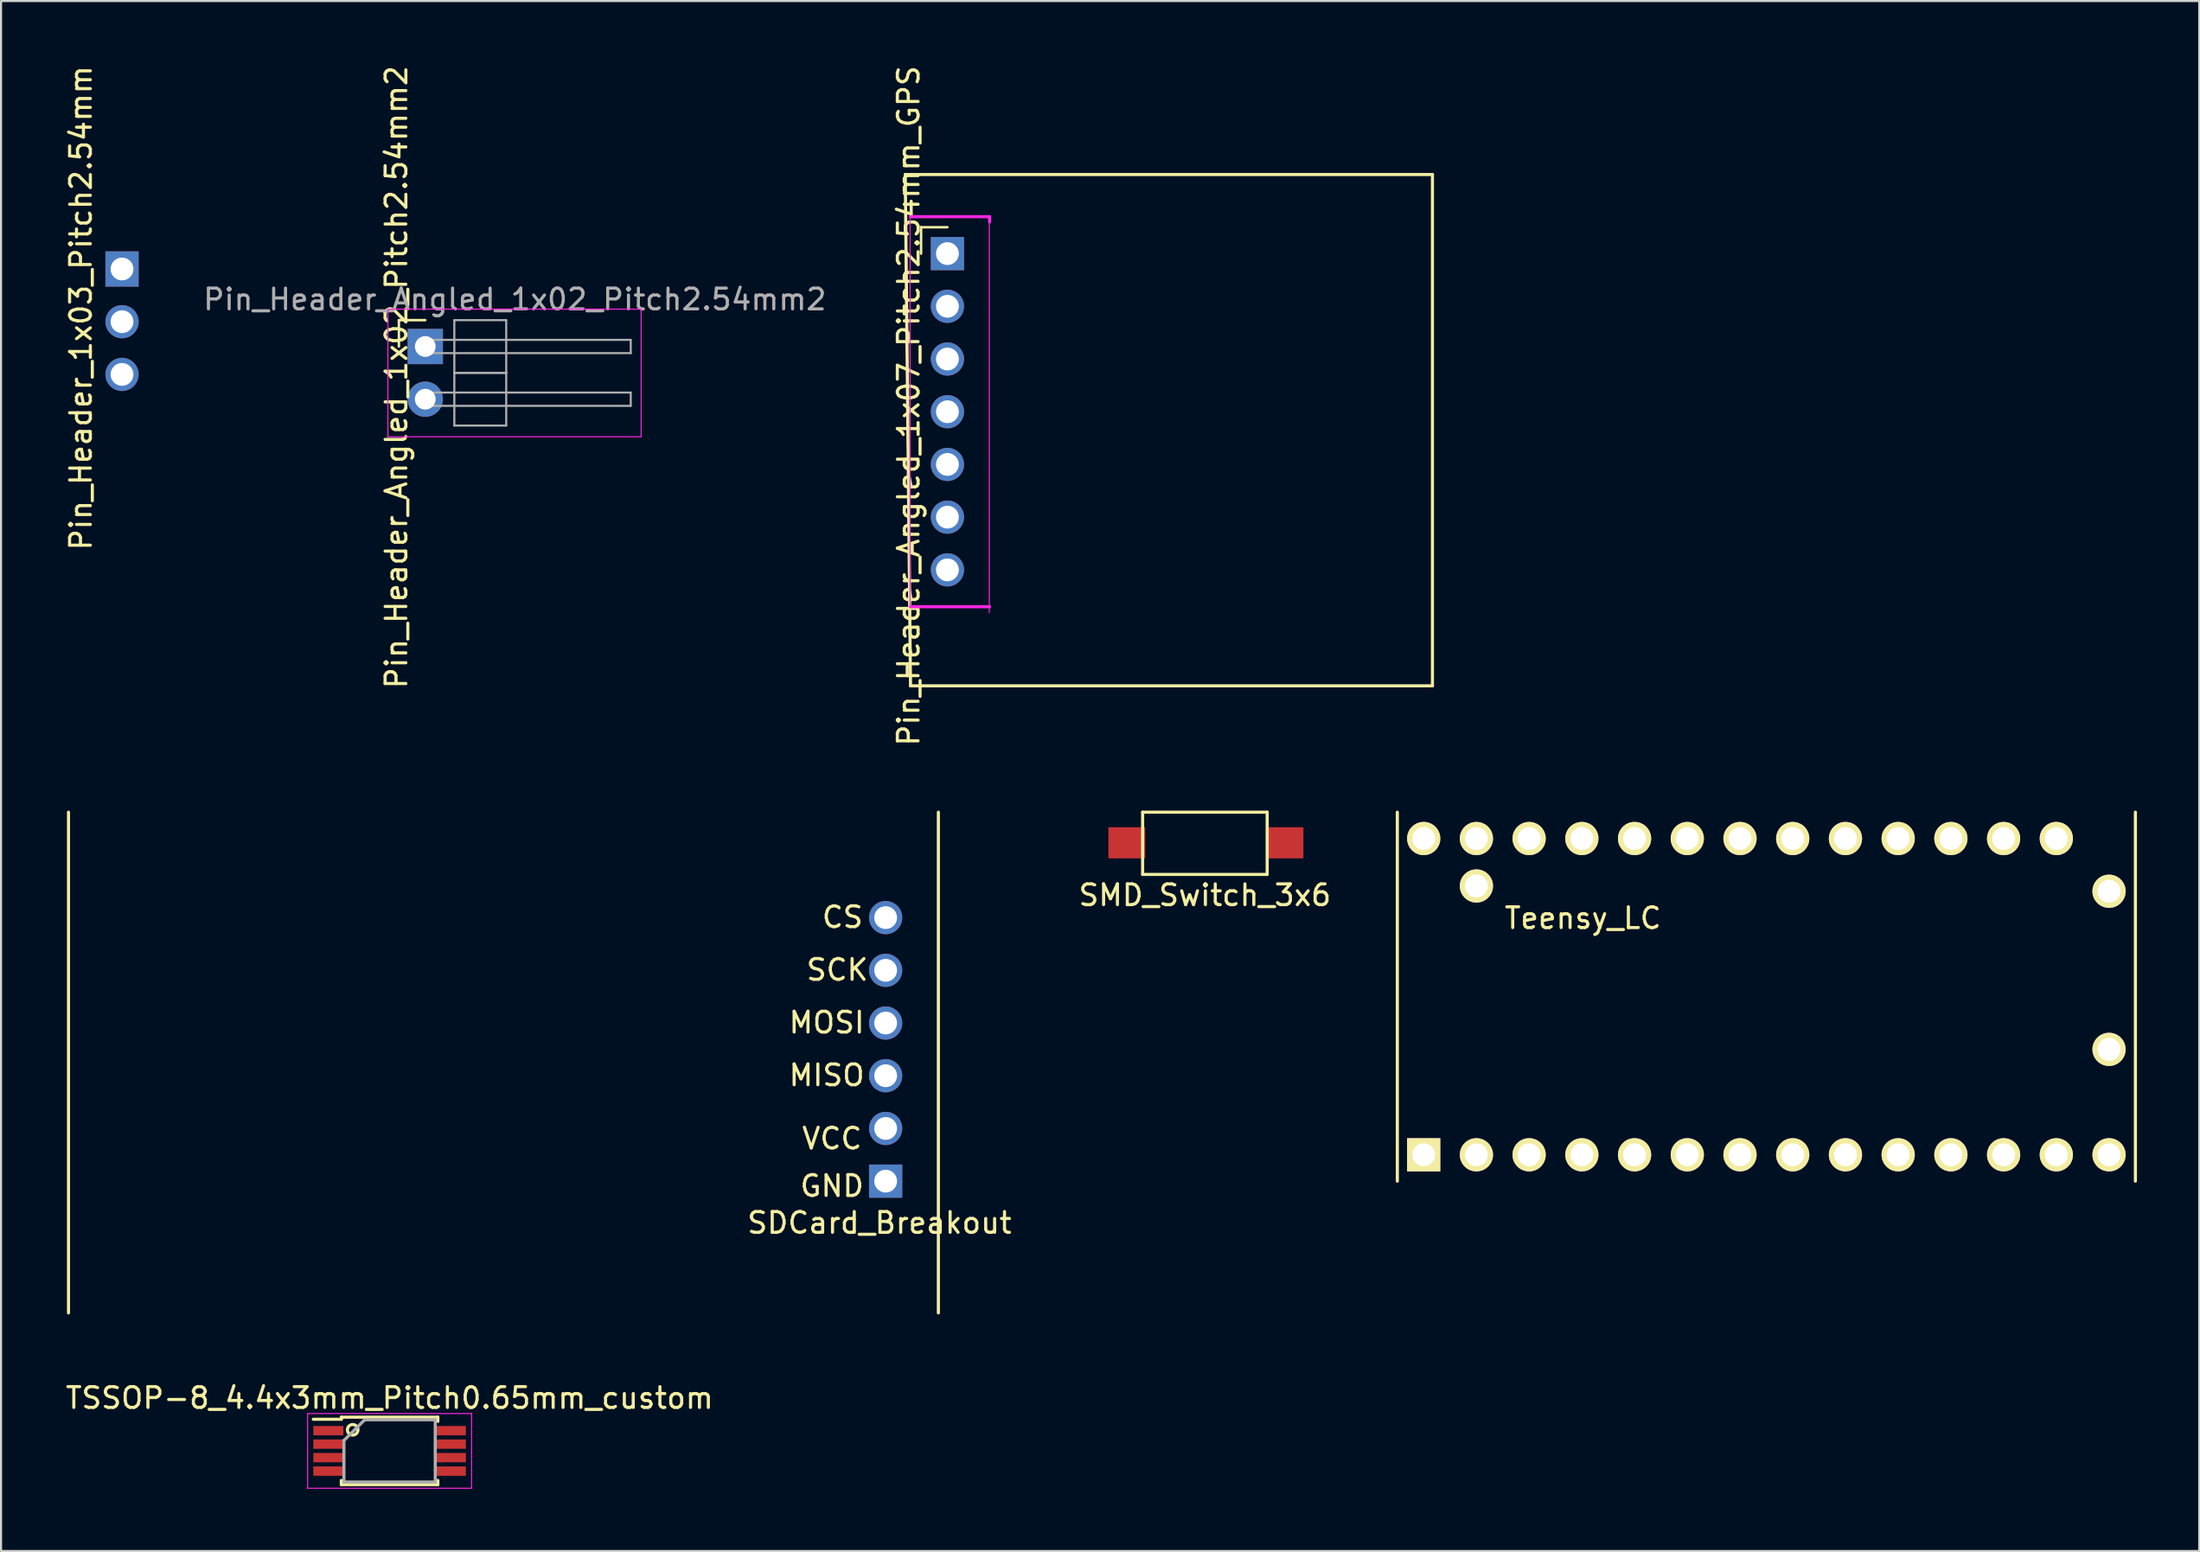
<source format=kicad_pcb>
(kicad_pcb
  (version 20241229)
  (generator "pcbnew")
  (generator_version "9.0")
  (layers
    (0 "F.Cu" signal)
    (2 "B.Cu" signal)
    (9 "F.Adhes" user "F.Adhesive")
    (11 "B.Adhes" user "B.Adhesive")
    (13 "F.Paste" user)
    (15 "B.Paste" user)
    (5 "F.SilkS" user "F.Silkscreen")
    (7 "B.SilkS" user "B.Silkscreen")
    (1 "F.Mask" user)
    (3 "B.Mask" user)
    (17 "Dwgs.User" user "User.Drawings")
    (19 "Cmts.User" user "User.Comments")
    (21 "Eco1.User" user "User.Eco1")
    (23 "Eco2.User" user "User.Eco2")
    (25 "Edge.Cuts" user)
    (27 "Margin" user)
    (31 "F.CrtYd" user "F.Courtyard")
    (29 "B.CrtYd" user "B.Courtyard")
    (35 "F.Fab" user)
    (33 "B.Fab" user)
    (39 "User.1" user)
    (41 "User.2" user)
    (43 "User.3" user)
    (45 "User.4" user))
  (footprint "Pin_Header_1x03_Pitch2.54mm"
    (layer "F.Cu")
    (at 2.829 9.912)
    (property "Reference" "Pin_Header_1x03_Pitch2.54mm" (at -1.981 1.88 90) (layer "F.SilkS") (effects (font (size 1 1) (thickness 0.15))))
    (attr through_hole)
    (pad "1" thru_hole rect (at 0 0) (size 1.6 1.7) (drill 1.1) (layers "*.Cu" "*.Mask"))
    (pad "2" thru_hole circle (at 0 2.54) (size 1.6 1.6) (drill 1.1) (layers "*.Cu" "*.Mask"))
    (pad "3" thru_hole circle (at 0 5.08) (size 1.6 1.6) (drill 1.1) (layers "*.Cu" "*.Mask")))
  (footprint "SDCard_Breakout"
    (layer "F.Cu")
    (at 0.25 60.217)
    (property "Reference" "SDCard_Breakout" (at 39.072 -4.34 0) (layer "F.SilkS") (effects (font (size 1 1) (thickness 0.15))))
    (attr through_hole)
    (fp_line (start 0 0) (end 0 -24.13) (stroke (width 0.15) (type solid)) (layer "F.SilkS"))
    (fp_line (start 41.91 -24.13) (end 41.91 0) (stroke (width 0.15) (type solid)) (layer "F.SilkS"))
    (fp_text user "VCC" (at 36.786 -8.404 0) (layer "F.SilkS") (effects (font (size 1 1) (thickness 0.15))))
    (fp_text user "CS" (at 37.294 -19.072 0) (layer "F.SilkS") (effects (font (size 1 1) (thickness 0.15))))
    (fp_text user "MOSI" (at 36.532 -13.992 0) (layer "F.SilkS") (effects (font (size 1 1) (thickness 0.15))))
    (fp_text user "GND" (at 36.786 -6.118 0) (layer "F.SilkS") (effects (font (size 1 1) (thickness 0.15))))
    (fp_text user "MISO" (at 36.532 -11.452 0) (layer "F.SilkS") (effects (font (size 1 1) (thickness 0.15))))
    (fp_text user "SCK" (at 37.04 -16.532 0) (layer "F.SilkS") (effects (font (size 1 1) (thickness 0.15))))
    (pad "1" thru_hole rect (at 39.37 -6.35) (size 1.6 1.6) (drill 1.1) (layers "*.Cu" "*.Mask"))
    (pad "2" thru_hole circle (at 39.37 -8.89) (size 1.6 1.6) (drill 1.1) (layers "*.Cu" "*.Mask"))
    (pad "3" thru_hole circle (at 39.37 -11.43) (size 1.6 1.6) (drill 1.1) (layers "*.Cu" "*.Mask"))
    (pad "4" thru_hole circle (at 39.37 -13.97) (size 1.6 1.6) (drill 1.1) (layers "*.Cu" "*.Mask"))
    (pad "5" thru_hole circle (at 39.37 -16.51) (size 1.6 1.6) (drill 1.1) (layers "*.Cu" "*.Mask"))
    (pad "6" thru_hole circle (at 39.37 -19.05) (size 1.6 1.6) (drill 1.1) (layers "*.Cu" "*.Mask")))
  (footprint "Pin_Header_Angled_1x02_Pitch2.54mm2"
    (layer "F.Cu")
    (at 17.439 13.647)
    (property "Reference" "Pin_Header_Angled_1x02_Pitch2.54mm2" (at -1.39 1.478 270) (layer "F.SilkS") (effects (font (size 1 1) (thickness 0.15))))
    (attr through_hole)
    (fp_line (start -1.27 -1.27) (end 0 -1.27) (stroke (width 0.12) (type solid)) (layer "F.SilkS"))
    (fp_line (start -1.27 0) (end -1.27 -1.27) (stroke (width 0.12) (type solid)) (layer "F.SilkS"))
    (fp_line (start -1.8 -1.8) (end -1.8 4.35) (stroke (width 0.05) (type solid)) (layer "F.CrtYd"))
    (fp_line (start -1.8 4.35) (end 10.4 4.35) (stroke (width 0.05) (type solid)) (layer "F.CrtYd"))
    (fp_line (start 10.4 -1.8) (end -1.8 -1.8) (stroke (width 0.05) (type solid)) (layer "F.CrtYd"))
    (fp_line (start 10.4 4.35) (end 10.4 -1.8) (stroke (width 0.05) (type solid)) (layer "F.CrtYd"))
    (fp_line (start 0 -0.32) (end 0 0.32) (stroke (width 0.1) (type solid)) (layer "F.Fab"))
    (fp_line (start 0 0.32) (end 9.9 0.32) (stroke (width 0.1) (type solid)) (layer "F.Fab"))
    (fp_line (start 0 2.22) (end 0 2.86) (stroke (width 0.1) (type solid)) (layer "F.Fab"))
    (fp_line (start 0 2.86) (end 9.9 2.86) (stroke (width 0.1) (type solid)) (layer "F.Fab"))
    (fp_line (start 1.4 -1.27) (end 1.4 1.27) (stroke (width 0.1) (type solid)) (layer "F.Fab"))
    (fp_line (start 1.4 1.27) (end 1.4 3.81) (stroke (width 0.1) (type solid)) (layer "F.Fab"))
    (fp_line (start 1.4 1.27) (end 3.9 1.27) (stroke (width 0.1) (type solid)) (layer "F.Fab"))
    (fp_line (start 1.4 3.81) (end 3.9 3.81) (stroke (width 0.1) (type solid)) (layer "F.Fab"))
    (fp_line (start 3.9 -1.27) (end 1.4 -1.27) (stroke (width 0.1) (type solid)) (layer "F.Fab"))
    (fp_line (start 3.9 1.27) (end 1.4 1.27) (stroke (width 0.1) (type solid)) (layer "F.Fab"))
    (fp_line (start 3.9 1.27) (end 3.9 -1.27) (stroke (width 0.1) (type solid)) (layer "F.Fab"))
    (fp_line (start 3.9 3.81) (end 3.9 1.27) (stroke (width 0.1) (type solid)) (layer "F.Fab"))
    (fp_line (start 9.9 -0.32) (end 0 -0.32) (stroke (width 0.1) (type solid)) (layer "F.Fab"))
    (fp_line (start 9.9 0.32) (end 9.9 -0.32) (stroke (width 0.1) (type solid)) (layer "F.Fab"))
    (fp_line (start 9.9 2.22) (end 0 2.22) (stroke (width 0.1) (type solid)) (layer "F.Fab"))
    (fp_line (start 9.9 2.86) (end 9.9 2.22) (stroke (width 0.1) (type solid)) (layer "F.Fab"))
    (fp_text user "${REFERENCE}" (at 4.315 -2.27 0) (layer "F.Fab") (effects (font (size 1 1) (thickness 0.15))))
    (pad "1" thru_hole rect (at 0 0) (size 1.7 1.7) (drill 1) (layers "*.Cu" "*.Mask"))
    (pad "2" thru_hole oval (at 0 2.54) (size 1.7 1.7) (drill 1) (layers "*.Cu" "*.Mask")))
  (footprint "SMD_Switch_3x6"
    (layer "F.Cu")
    (at 52.001 39.087)
    (property "Reference" "SMD_Switch_3x6" (at 3 1 0) (layer "F.SilkS") (effects (font (size 1 1) (thickness 0.15))))
    (attr through_hole)
    (fp_line (start 0 -3) (end 0 0) (stroke (width 0.15) (type solid)) (layer "F.SilkS"))
    (fp_line (start 0 0) (end 6 0) (stroke (width 0.15) (type solid)) (layer "F.SilkS"))
    (fp_line (start 6 -3) (end 0 -3) (stroke (width 0.15) (type solid)) (layer "F.SilkS"))
    (fp_line (start 6 0) (end 6 -3) (stroke (width 0.15) (type solid)) (layer "F.SilkS"))
    (pad "1" smd rect (at -0.762 -1.524) (size 1.778 1.5) (layers "F.Cu" "F.Mask" "F.Paste"))
    (pad "2" smd rect (at 6.858 -1.524) (size 1.778 1.5) (layers "F.Cu" "F.Mask" "F.Paste")))
  (footprint "TSSOP-8_4.4x3mm_Pitch0.65mm_custom"
    (layer "F.Cu")
    (at 15.72 66.865)
    (property "Reference" "TSSOP-8_4.4x3mm_Pitch0.65mm_custom" (at 0 -2.55 0) (layer "F.SilkS") (effects (font (size 1 1) (thickness 0.15))))
    (attr smd)
    (fp_line (start -2.325 -1.625) (end -2.325 -1.525) (stroke (width 0.15) (type solid)) (layer "F.SilkS"))
    (fp_line (start -2.325 -1.625) (end 2.325 -1.625) (stroke (width 0.15) (type solid)) (layer "F.SilkS"))
    (fp_line (start -2.325 -1.525) (end -3.675 -1.525) (stroke (width 0.15) (type solid)) (layer "F.SilkS"))
    (fp_line (start -2.325 1.625) (end -2.325 1.425) (stroke (width 0.15) (type solid)) (layer "F.SilkS"))
    (fp_line (start -2.325 1.625) (end 2.325 1.625) (stroke (width 0.15) (type solid)) (layer "F.SilkS"))
    (fp_line (start 2.325 -1.625) (end 2.325 -1.425) (stroke (width 0.15) (type solid)) (layer "F.SilkS"))
    (fp_line (start 2.325 1.625) (end 2.325 1.425) (stroke (width 0.15) (type solid)) (layer "F.SilkS"))
    (fp_circle (center -1.778 -1.016) (end -1.524 -1.016) (stroke (width 0.15) (type solid)) (fill no) (layer "F.SilkS"))
    (fp_line (start -3.95 -1.8) (end -3.95 1.8) (stroke (width 0.05) (type solid)) (layer "F.CrtYd"))
    (fp_line (start -3.95 -1.8) (end 3.95 -1.8) (stroke (width 0.05) (type solid)) (layer "F.CrtYd"))
    (fp_line (start -3.95 1.8) (end 3.95 1.8) (stroke (width 0.05) (type solid)) (layer "F.CrtYd"))
    (fp_line (start 3.95 -1.8) (end 3.95 1.8) (stroke (width 0.05) (type solid)) (layer "F.CrtYd"))
    (fp_line (start -2.2 -0.5) (end -1.2 -1.5) (stroke (width 0.15) (type solid)) (layer "F.Fab"))
    (fp_line (start -2.2 1.5) (end -2.2 -0.5) (stroke (width 0.15) (type solid)) (layer "F.Fab"))
    (fp_line (start -1.2 -1.5) (end 2.2 -1.5) (stroke (width 0.15) (type solid)) (layer "F.Fab"))
    (fp_line (start 2.2 -1.5) (end 2.2 1.5) (stroke (width 0.15) (type solid)) (layer "F.Fab"))
    (fp_line (start 2.2 1.5) (end -2.2 1.5) (stroke (width 0.15) (type solid)) (layer "F.Fab"))
    (pad "1" smd rect (at -2.95 -0.975) (size 1.45 0.45) (layers "F.Cu" "F.Mask" "F.Paste"))
    (pad "2" smd rect (at -2.95 -0.325) (size 1.45 0.45) (layers "F.Cu" "F.Mask" "F.Paste"))
    (pad "3" smd rect (at -2.95 0.325) (size 1.45 0.45) (layers "F.Cu" "F.Mask" "F.Paste"))
    (pad "4" smd rect (at -2.95 0.975) (size 1.45 0.45) (layers "F.Cu" "F.Mask" "F.Paste"))
    (pad "5" smd rect (at 2.95 0.975) (size 1.45 0.45) (layers "F.Cu" "F.Mask" "F.Paste"))
    (pad "6" smd rect (at 2.95 0.325) (size 1.45 0.45) (layers "F.Cu" "F.Mask" "F.Paste"))
    (pad "7" smd rect (at 2.95 -0.325) (size 1.45 0.45) (layers "F.Cu" "F.Mask" "F.Paste"))
    (pad "8" smd rect (at 2.95 -0.975) (size 1.45 0.45) (layers "F.Cu" "F.Mask" "F.Paste")))
  (footprint "Pin_Header_Angled_1x07_Pitch2.54mm_GPS"
    (layer "F.Cu")
    (at 42.596 9.17)
    (property "Reference" "Pin_Header_Angled_1x07_Pitch2.54mm_GPS" (at -1.868 7.336 270) (layer "F.SilkS") (effects (font (size 1 1) (thickness 0.15))))
    (attr through_hole)
    (fp_line (start -2.032 -3.81) (end -1.778 20.828) (stroke (width 0.15) (type solid)) (layer "F.SilkS"))
    (fp_line (start -1.778 20.828) (end 23.368 20.828) (stroke (width 0.15) (type solid)) (layer "F.SilkS"))
    (fp_line (start -1.27 -1.27) (end 0 -1.27) (stroke (width 0.12) (type solid)) (layer "F.SilkS"))
    (fp_line (start -1.27 0) (end -1.27 -1.27) (stroke (width 0.12) (type solid)) (layer "F.SilkS"))
    (fp_line (start 23.368 -3.81) (end -2.032 -3.81) (stroke (width 0.15) (type solid)) (layer "F.SilkS"))
    (fp_line (start 23.368 20.828) (end 23.368 -3.81) (stroke (width 0.15) (type solid)) (layer "F.SilkS"))
    (fp_line (start -1.8 -1.8) (end -1.8 17.05) (stroke (width 0.05) (type solid)) (layer "F.CrtYd"))
    (fp_line (start -1.778 -1.778) (end 2.032 -1.778) (stroke (width 0.15) (type solid)) (layer "F.CrtYd"))
    (fp_line (start -1.778 17.018) (end 2.032 17.018) (stroke (width 0.15) (type solid)) (layer "F.CrtYd"))
    (fp_line (start 2.018 17.304) (end 2.018 -1.546) (stroke (width 0.05) (type solid)) (layer "F.CrtYd"))
    (fp_line (start 2.032 -1.778) (end 2.032 -1.524) (stroke (width 0.15) (type solid)) (layer "F.CrtYd"))
    (pad "1" thru_hole rect (at 0 0) (size 1.6 1.6) (drill 1.1) (layers "*.Cu" "*.Mask"))
    (pad "2" thru_hole circle (at 0 2.54) (size 1.6 1.6) (drill 1.1) (layers "*.Cu" "*.Mask"))
    (pad "3" thru_hole circle (at 0 5.08) (size 1.6 1.6) (drill 1.1) (layers "*.Cu" "*.Mask"))
    (pad "4" thru_hole circle (at 0 7.62) (size 1.6 1.6) (drill 1.1) (layers "*.Cu" "*.Mask"))
    (pad "5" thru_hole circle (at 0 10.16) (size 1.6 1.6) (drill 1.1) (layers "*.Cu" "*.Mask"))
    (pad "6" thru_hole circle (at 0 12.7) (size 1.6 1.6) (drill 1.1) (layers "*.Cu" "*.Mask"))
    (pad "7" thru_hole circle (at 0 15.24) (size 1.6 1.6) (drill 1.1) (layers "*.Cu" "*.Mask")))
  (footprint "Teensy_LC"
    (layer "F.Cu")
    (at 82.052 44.977)
    (property "Reference" "Teensy_LC" (at -8.839 -3.785 0) (layer "F.SilkS") (effects (font (size 1 1) (thickness 0.15))))
    (attr through_hole)
    (fp_line (start -17.78 8.89) (end -17.78 -8.89) (stroke (width 0.15) (type solid)) (layer "F.SilkS"))
    (fp_line (start 17.78 -8.89) (end 17.78 8.89) (stroke (width 0.15) (type solid)) (layer "F.SilkS"))
    (pad "1" thru_hole rect (at -16.51 7.62) (size 1.6 1.6) (drill 1.1) (layers "*.Cu" "*.Mask" "F.SilkS"))
    (pad "2" thru_hole circle (at -13.97 7.62) (size 1.6 1.6) (drill 1.1) (layers "*.Cu" "*.Mask" "F.SilkS"))
    (pad "3" thru_hole circle (at -11.43 7.62) (size 1.6 1.6) (drill 1.1) (layers "*.Cu" "*.Mask" "F.SilkS"))
    (pad "4" thru_hole circle (at -8.89 7.62) (size 1.6 1.6) (drill 1.1) (layers "*.Cu" "*.Mask" "F.SilkS"))
    (pad "5" thru_hole circle (at -6.35 7.62) (size 1.6 1.6) (drill 1.1) (layers "*.Cu" "*.Mask" "F.SilkS"))
    (pad "6" thru_hole circle (at -3.81 7.62) (size 1.6 1.6) (drill 1.1) (layers "*.Cu" "*.Mask" "F.SilkS"))
    (pad "7" thru_hole circle (at -1.27 7.62) (size 1.6 1.6) (drill 1.1) (layers "*.Cu" "*.Mask" "F.SilkS"))
    (pad "8" thru_hole circle (at 1.27 7.62) (size 1.6 1.6) (drill 1.1) (layers "*.Cu" "*.Mask" "F.SilkS"))
    (pad "9" thru_hole circle (at 3.81 7.62) (size 1.6 1.6) (drill 1.1) (layers "*.Cu" "*.Mask" "F.SilkS"))
    (pad "10" thru_hole circle (at 6.35 7.62) (size 1.6 1.6) (drill 1.1) (layers "*.Cu" "*.Mask" "F.SilkS"))
    (pad "11" thru_hole circle (at 8.89 7.62) (size 1.6 1.6) (drill 1.1) (layers "*.Cu" "*.Mask" "F.SilkS"))
    (pad "12" thru_hole circle (at 11.43 7.62) (size 1.6 1.6) (drill 1.1) (layers "*.Cu" "*.Mask" "F.SilkS"))
    (pad "13" thru_hole circle (at 13.97 7.62) (size 1.6 1.6) (drill 1.1) (layers "*.Cu" "*.Mask" "F.SilkS"))
    (pad "14" thru_hole circle (at 16.51 7.62) (size 1.6 1.6) (drill 1.1) (layers "*.Cu" "*.Mask" "F.SilkS"))
    (pad "16" thru_hole circle (at 16.51 2.54) (size 1.6 1.6) (drill 1.1) (layers "*.Cu" "*.Mask" "F.SilkS"))
    (pad "19" thru_hole circle (at 16.51 -5.08) (size 1.6 1.6) (drill 1.1) (layers "*.Cu" "*.Mask" "F.SilkS"))
    (pad "21" thru_hole circle (at 13.97 -7.62) (size 1.6 1.6) (drill 1.1) (layers "*.Cu" "*.Mask" "F.SilkS"))
    (pad "22" thru_hole circle (at 11.43 -7.62) (size 1.6 1.6) (drill 1.1) (layers "*.Cu" "*.Mask" "F.SilkS"))
    (pad "23" thru_hole circle (at 8.89 -7.62) (size 1.6 1.6) (drill 1.1) (layers "*.Cu" "*.Mask" "F.SilkS"))
    (pad "24" thru_hole circle (at 6.35 -7.62) (size 1.6 1.6) (drill 1.1) (layers "*.Cu" "*.Mask" "F.SilkS"))
    (pad "25" thru_hole circle (at 3.81 -7.62) (size 1.6 1.6) (drill 1.1) (layers "*.Cu" "*.Mask" "F.SilkS"))
    (pad "26" thru_hole circle (at 1.27 -7.62) (size 1.6 1.6) (drill 1.1) (layers "*.Cu" "*.Mask" "F.SilkS"))
    (pad "27" thru_hole circle (at -1.27 -7.62) (size 1.6 1.6) (drill 1.1) (layers "*.Cu" "*.Mask" "F.SilkS"))
    (pad "28" thru_hole circle (at -3.81 -7.62) (size 1.6 1.6) (drill 1.1) (layers "*.Cu" "*.Mask" "F.SilkS"))
    (pad "29" thru_hole circle (at -6.35 -7.62) (size 1.6 1.6) (drill 1.1) (layers "*.Cu" "*.Mask" "F.SilkS"))
    (pad "30" thru_hole circle (at -8.89 -7.62) (size 1.6 1.6) (drill 1.1) (layers "*.Cu" "*.Mask" "F.SilkS"))
    (pad "31" thru_hole circle (at -11.43 -7.62) (size 1.6 1.6) (drill 1.1) (layers "*.Cu" "*.Mask" "F.SilkS"))
    (pad "32" thru_hole circle (at -13.97 -7.62) (size 1.6 1.6) (drill 1.1) (layers "*.Cu" "*.Mask" "F.SilkS"))
    (pad "33" thru_hole circle (at -16.51 -7.62) (size 1.6 1.6) (drill 1.1) (layers "*.Cu" "*.Mask" "F.SilkS"))
    (pad "34" thru_hole circle (at -13.97 -5.334) (size 1.6 1.6) (drill 1.1) (layers "*.Cu" "*.Mask" "F.SilkS")))
  (gr_rect
    (start -3 -3)
    (end 102.907 71.69)
    (stroke (width 0.1) (type default))
    (fill no)
    (layer "Edge.Cuts")))
</source>
